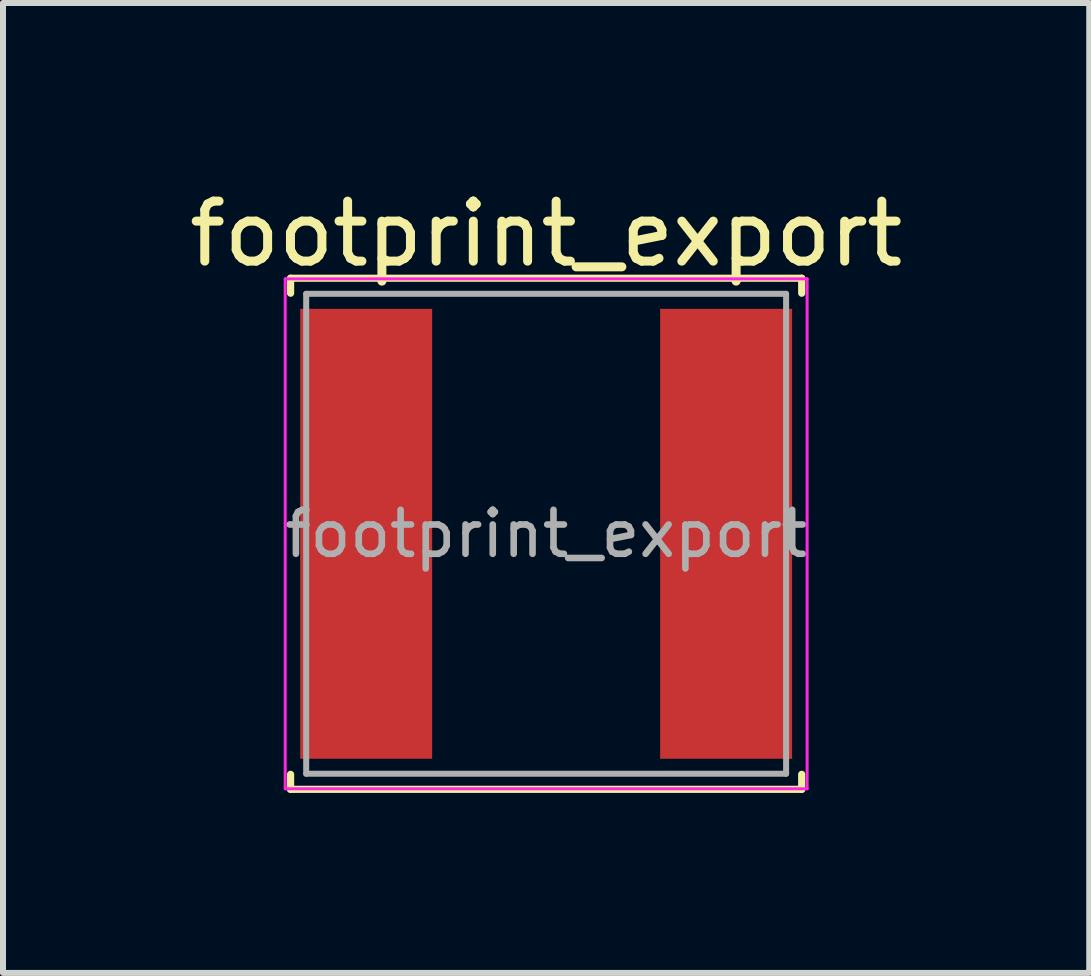
<source format=kicad_pcb>
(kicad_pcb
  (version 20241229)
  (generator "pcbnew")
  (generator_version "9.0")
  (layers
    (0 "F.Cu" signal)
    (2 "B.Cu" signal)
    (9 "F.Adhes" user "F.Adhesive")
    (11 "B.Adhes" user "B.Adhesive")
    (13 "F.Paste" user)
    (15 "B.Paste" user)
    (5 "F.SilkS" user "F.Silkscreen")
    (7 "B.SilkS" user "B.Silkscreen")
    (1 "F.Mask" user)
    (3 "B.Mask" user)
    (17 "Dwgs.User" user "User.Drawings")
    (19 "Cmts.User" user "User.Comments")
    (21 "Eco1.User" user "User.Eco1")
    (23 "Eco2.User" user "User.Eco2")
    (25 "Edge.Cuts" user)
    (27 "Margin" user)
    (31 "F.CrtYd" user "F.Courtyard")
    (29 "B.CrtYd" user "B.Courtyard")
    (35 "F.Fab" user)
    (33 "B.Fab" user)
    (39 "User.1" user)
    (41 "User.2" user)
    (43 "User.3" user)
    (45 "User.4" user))
  (footprint "footprint_export"
    (layer "F.Cu")
    (at 6.054 5.848)
    (property "Reference" "footprint_export" (at 0 -5 0) (layer "F.SilkS") (effects (font (size 1 1) (thickness 0.15))))
    (attr smd)
    (fp_line (start -4.26 -4.26) (end -4.26 -4.01) (stroke (width 0.12) (type solid)) (layer "F.SilkS"))
    (fp_line (start -4.26 -4.26) (end 4.26 -4.26) (stroke (width 0.12) (type solid)) (layer "F.SilkS"))
    (fp_line (start -4.26 4.26) (end -4.26 4.01) (stroke (width 0.12) (type solid)) (layer "F.SilkS"))
    (fp_line (start -4.26 4.26) (end 4.26 4.26) (stroke (width 0.12) (type solid)) (layer "F.SilkS"))
    (fp_line (start 4.26 -4.26) (end 4.26 -4.01) (stroke (width 0.12) (type solid)) (layer "F.SilkS"))
    (fp_line (start 4.26 4.26) (end 4.26 4.01) (stroke (width 0.12) (type solid)) (layer "F.SilkS"))
    (fp_line (start -4.35 -4.25) (end -4.35 4.25) (stroke (width 0.05) (type solid)) (layer "F.CrtYd"))
    (fp_line (start -4.35 4.25) (end 4.35 4.25) (stroke (width 0.05) (type solid)) (layer "F.CrtYd"))
    (fp_line (start 4.35 -4.25) (end -4.35 -4.25) (stroke (width 0.05) (type solid)) (layer "F.CrtYd"))
    (fp_line (start 4.35 4.25) (end 4.35 -4.25) (stroke (width 0.05) (type solid)) (layer "F.CrtYd"))
    (fp_line (start -4 -4) (end -4 4) (stroke (width 0.1) (type solid)) (layer "F.Fab"))
    (fp_line (start -4 4) (end 4 4) (stroke (width 0.1) (type solid)) (layer "F.Fab"))
    (fp_line (start 4 -4) (end -4 -4) (stroke (width 0.1) (type solid)) (layer "F.Fab"))
    (fp_line (start 4 4) (end 4 -4) (stroke (width 0.1) (type solid)) (layer "F.Fab"))
    (fp_text user "${REFERENCE}" (at 0 0 0) (layer "F.Fab") (effects (font (size 0.733 0.733) (thickness 0.11))))
    (pad "1" smd rect (at -3 0) (size 2.2 7.5) (layers "F.Cu" "F.Mask" "F.Paste"))
    (pad "2" smd rect (at 3 0) (size 2.2 7.5) (layers "F.Cu" "F.Mask" "F.Paste")))
  (gr_rect
    (start -3 -3)
    (end 15.107 13.168)
    (stroke (width 0.1) (type default))
    (fill no)
    (layer "Edge.Cuts")))
</source>
